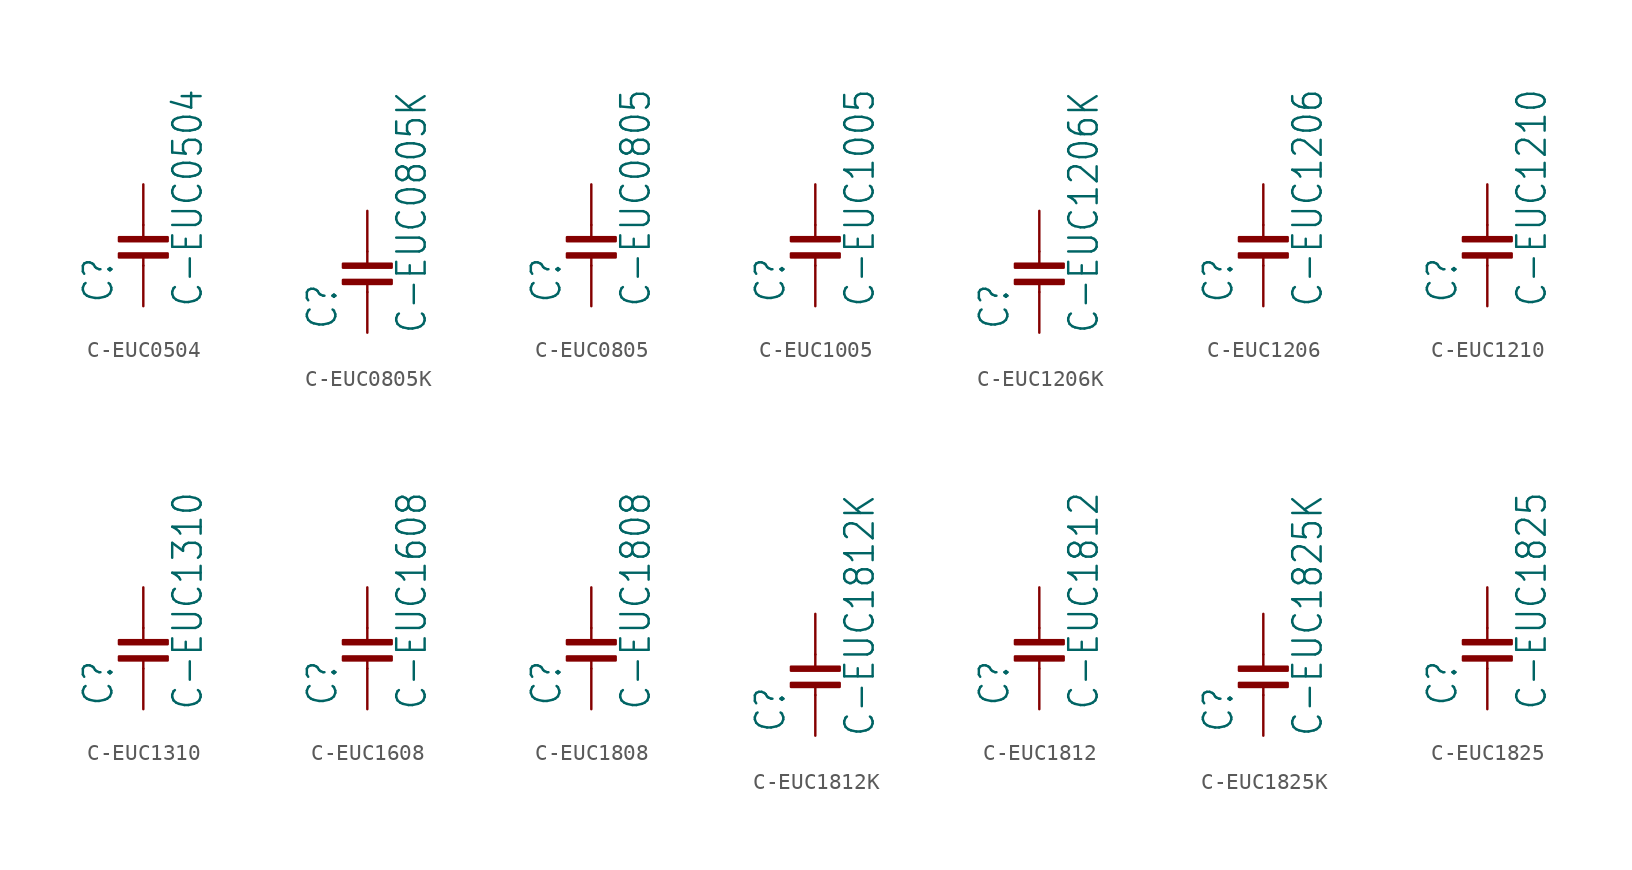
<source format=kicad_sym>
(kicad_symbol_lib
  (version 20211014)
  (generator kicad_symbol_editor)
  (symbol "C-EUC0504"
    (property "Reference" "C"
      (at -1.778 -4.953 90)
      (effects (font (size 1.778 1.511)) (justify left bottom)))
    (property "Value" "C-EUC0504"
      (at 3.81 -5.207 90)
      (effects (font (size 1.778 1.511)) (justify left bottom)))
    (property "ki_locked" ""
      (at 0 0 0)
      (effects (font (size 1.27 1.27))))
    (symbol "C-EUC0504_1_0"
      (rectangle (start -1.524 -2.032) (end 1.524 -1.778) (stroke (width 0) (type default) (color 0 0 0 0)) (fill (type outline)))
      (rectangle (start -1.524 -1.016) (end 1.524 -0.762) (stroke (width 0) (type default) (color 0 0 0 0)) (fill (type outline)))
      (polyline (pts (xy 0 -2.54) (xy 0 -2.032)) (stroke (width 0.152) (type default) (color 0 0 0 0)) (fill (type none)))
      (polyline (pts (xy 0 0) (xy 0 -0.762)) (stroke (width 0.152) (type default) (color 0 0 0 0)) (fill (type none)))
      (pin passive line (at 0 2.54 270) (length 2.54) (name "1" (effects (font (size 0 0)))) (number "1" (effects (font (size 0 0)))))
      (pin passive line (at 0 -5.08 90) (length 2.54) (name "2" (effects (font (size 0 0)))) (number "2" (effects (font (size 0 0)))))))
  (symbol "C-EUC0805K"
    (property "Reference" "C"
      (at -1.778 -4.953 90)
      (effects (font (size 1.778 1.511)) (justify left bottom)))
    (property "Value" "C-EUC0805K"
      (at 3.81 -5.207 90)
      (effects (font (size 1.778 1.511)) (justify left bottom)))
    (property "ki_locked" ""
      (at 0 0 0)
      (effects (font (size 1.27 1.27))))
    (symbol "C-EUC0805K_1_0"
      (rectangle (start -1.524 -2.032) (end 1.524 -1.778) (stroke (width 0) (type default) (color 0 0 0 0)) (fill (type outline)))
      (rectangle (start -1.524 -1.016) (end 1.524 -0.762) (stroke (width 0) (type default) (color 0 0 0 0)) (fill (type outline)))
      (polyline (pts (xy 0 -2.54) (xy 0 -2.032)) (stroke (width 0.152) (type default) (color 0 0 0 0)) (fill (type none)))
      (polyline (pts (xy 0 0) (xy 0 -0.762)) (stroke (width 0.152) (type default) (color 0 0 0 0)) (fill (type none)))
      (pin passive line (at 0 2.54 270) (length 2.54) (name "1" (effects (font (size 0 0)))) (number "1" (effects (font (size 0 0)))))
      (pin passive line (at 0 -5.08 90) (length 2.54) (name "2" (effects (font (size 0 0)))) (number "2" (effects (font (size 0 0)))))))
  (symbol "C-EUC0805"
    (property "Reference" "C"
      (at -1.778 -4.953 90)
      (effects (font (size 1.778 1.511)) (justify left bottom)))
    (property "Value" "C-EUC0805"
      (at 3.81 -5.207 90)
      (effects (font (size 1.778 1.511)) (justify left bottom)))
    (property "ki_locked" ""
      (at 0 0 0)
      (effects (font (size 1.27 1.27))))
    (symbol "C-EUC0805_1_0"
      (rectangle (start -1.524 -2.032) (end 1.524 -1.778) (stroke (width 0) (type default) (color 0 0 0 0)) (fill (type outline)))
      (rectangle (start -1.524 -1.016) (end 1.524 -0.762) (stroke (width 0) (type default) (color 0 0 0 0)) (fill (type outline)))
      (polyline (pts (xy 0 -2.54) (xy 0 -2.032)) (stroke (width 0.152) (type default) (color 0 0 0 0)) (fill (type none)))
      (polyline (pts (xy 0 0) (xy 0 -0.762)) (stroke (width 0.152) (type default) (color 0 0 0 0)) (fill (type none)))
      (pin passive line (at 0 2.54 270) (length 2.54) (name "1" (effects (font (size 0 0)))) (number "1" (effects (font (size 0 0)))))
      (pin passive line (at 0 -5.08 90) (length 2.54) (name "2" (effects (font (size 0 0)))) (number "2" (effects (font (size 0 0)))))))
  (symbol "C-EUC1005"
    (property "Reference" "C"
      (at -1.778 -4.953 90)
      (effects (font (size 1.778 1.511)) (justify left bottom)))
    (property "Value" "C-EUC1005"
      (at 3.81 -5.207 90)
      (effects (font (size 1.778 1.511)) (justify left bottom)))
    (property "ki_locked" ""
      (at 0 0 0)
      (effects (font (size 1.27 1.27))))
    (symbol "C-EUC1005_1_0"
      (rectangle (start -1.524 -2.032) (end 1.524 -1.778) (stroke (width 0) (type default) (color 0 0 0 0)) (fill (type outline)))
      (rectangle (start -1.524 -1.016) (end 1.524 -0.762) (stroke (width 0) (type default) (color 0 0 0 0)) (fill (type outline)))
      (polyline (pts (xy 0 -2.54) (xy 0 -2.032)) (stroke (width 0.152) (type default) (color 0 0 0 0)) (fill (type none)))
      (polyline (pts (xy 0 0) (xy 0 -0.762)) (stroke (width 0.152) (type default) (color 0 0 0 0)) (fill (type none)))
      (pin passive line (at 0 2.54 270) (length 2.54) (name "1" (effects (font (size 0 0)))) (number "1" (effects (font (size 0 0)))))
      (pin passive line (at 0 -5.08 90) (length 2.54) (name "2" (effects (font (size 0 0)))) (number "2" (effects (font (size 0 0)))))))
  (symbol "C-EUC1206K"
    (property "Reference" "C"
      (at -1.778 -4.953 90)
      (effects (font (size 1.778 1.511)) (justify left bottom)))
    (property "Value" "C-EUC1206K"
      (at 3.81 -5.207 90)
      (effects (font (size 1.778 1.511)) (justify left bottom)))
    (property "ki_locked" ""
      (at 0 0 0)
      (effects (font (size 1.27 1.27))))
    (symbol "C-EUC1206K_1_0"
      (rectangle (start -1.524 -2.032) (end 1.524 -1.778) (stroke (width 0) (type default) (color 0 0 0 0)) (fill (type outline)))
      (rectangle (start -1.524 -1.016) (end 1.524 -0.762) (stroke (width 0) (type default) (color 0 0 0 0)) (fill (type outline)))
      (polyline (pts (xy 0 -2.54) (xy 0 -2.032)) (stroke (width 0.152) (type default) (color 0 0 0 0)) (fill (type none)))
      (polyline (pts (xy 0 0) (xy 0 -0.762)) (stroke (width 0.152) (type default) (color 0 0 0 0)) (fill (type none)))
      (pin passive line (at 0 2.54 270) (length 2.54) (name "1" (effects (font (size 0 0)))) (number "1" (effects (font (size 0 0)))))
      (pin passive line (at 0 -5.08 90) (length 2.54) (name "2" (effects (font (size 0 0)))) (number "2" (effects (font (size 0 0)))))))
  (symbol "C-EUC1206"
    (property "Reference" "C"
      (at -1.778 -4.953 90)
      (effects (font (size 1.778 1.511)) (justify left bottom)))
    (property "Value" "C-EUC1206"
      (at 3.81 -5.207 90)
      (effects (font (size 1.778 1.511)) (justify left bottom)))
    (property "ki_locked" ""
      (at 0 0 0)
      (effects (font (size 1.27 1.27))))
    (symbol "C-EUC1206_1_0"
      (rectangle (start -1.524 -2.032) (end 1.524 -1.778) (stroke (width 0) (type default) (color 0 0 0 0)) (fill (type outline)))
      (rectangle (start -1.524 -1.016) (end 1.524 -0.762) (stroke (width 0) (type default) (color 0 0 0 0)) (fill (type outline)))
      (polyline (pts (xy 0 -2.54) (xy 0 -2.032)) (stroke (width 0.152) (type default) (color 0 0 0 0)) (fill (type none)))
      (polyline (pts (xy 0 0) (xy 0 -0.762)) (stroke (width 0.152) (type default) (color 0 0 0 0)) (fill (type none)))
      (pin passive line (at 0 2.54 270) (length 2.54) (name "1" (effects (font (size 0 0)))) (number "1" (effects (font (size 0 0)))))
      (pin passive line (at 0 -5.08 90) (length 2.54) (name "2" (effects (font (size 0 0)))) (number "2" (effects (font (size 0 0)))))))
  (symbol "C-EUC1210"
    (property "Reference" "C"
      (at -1.778 -4.953 90)
      (effects (font (size 1.778 1.511)) (justify left bottom)))
    (property "Value" "C-EUC1210"
      (at 3.81 -5.207 90)
      (effects (font (size 1.778 1.511)) (justify left bottom)))
    (property "ki_locked" ""
      (at 0 0 0)
      (effects (font (size 1.27 1.27))))
    (symbol "C-EUC1210_1_0"
      (rectangle (start -1.524 -2.032) (end 1.524 -1.778) (stroke (width 0) (type default) (color 0 0 0 0)) (fill (type outline)))
      (rectangle (start -1.524 -1.016) (end 1.524 -0.762) (stroke (width 0) (type default) (color 0 0 0 0)) (fill (type outline)))
      (polyline (pts (xy 0 -2.54) (xy 0 -2.032)) (stroke (width 0.152) (type default) (color 0 0 0 0)) (fill (type none)))
      (polyline (pts (xy 0 0) (xy 0 -0.762)) (stroke (width 0.152) (type default) (color 0 0 0 0)) (fill (type none)))
      (pin passive line (at 0 2.54 270) (length 2.54) (name "1" (effects (font (size 0 0)))) (number "1" (effects (font (size 0 0)))))
      (pin passive line (at 0 -5.08 90) (length 2.54) (name "2" (effects (font (size 0 0)))) (number "2" (effects (font (size 0 0)))))))
  (symbol "C-EUC1310"
    (property "Reference" "C"
      (at -1.778 -4.953 90)
      (effects (font (size 1.778 1.511)) (justify left bottom)))
    (property "Value" "C-EUC1310"
      (at 3.81 -5.207 90)
      (effects (font (size 1.778 1.511)) (justify left bottom)))
    (property "ki_locked" ""
      (at 0 0 0)
      (effects (font (size 1.27 1.27))))
    (symbol "C-EUC1310_1_0"
      (rectangle (start -1.524 -2.032) (end 1.524 -1.778) (stroke (width 0) (type default) (color 0 0 0 0)) (fill (type outline)))
      (rectangle (start -1.524 -1.016) (end 1.524 -0.762) (stroke (width 0) (type default) (color 0 0 0 0)) (fill (type outline)))
      (polyline (pts (xy 0 -2.54) (xy 0 -2.032)) (stroke (width 0.152) (type default) (color 0 0 0 0)) (fill (type none)))
      (polyline (pts (xy 0 0) (xy 0 -0.762)) (stroke (width 0.152) (type default) (color 0 0 0 0)) (fill (type none)))
      (pin passive line (at 0 2.54 270) (length 2.54) (name "1" (effects (font (size 0 0)))) (number "1" (effects (font (size 0 0)))))
      (pin passive line (at 0 -5.08 90) (length 2.54) (name "2" (effects (font (size 0 0)))) (number "2" (effects (font (size 0 0)))))))
  (symbol "C-EUC1608"
    (property "Reference" "C"
      (at -1.778 -4.953 90)
      (effects (font (size 1.778 1.511)) (justify left bottom)))
    (property "Value" "C-EUC1608"
      (at 3.81 -5.207 90)
      (effects (font (size 1.778 1.511)) (justify left bottom)))
    (property "ki_locked" ""
      (at 0 0 0)
      (effects (font (size 1.27 1.27))))
    (symbol "C-EUC1608_1_0"
      (rectangle (start -1.524 -2.032) (end 1.524 -1.778) (stroke (width 0) (type default) (color 0 0 0 0)) (fill (type outline)))
      (rectangle (start -1.524 -1.016) (end 1.524 -0.762) (stroke (width 0) (type default) (color 0 0 0 0)) (fill (type outline)))
      (polyline (pts (xy 0 -2.54) (xy 0 -2.032)) (stroke (width 0.152) (type default) (color 0 0 0 0)) (fill (type none)))
      (polyline (pts (xy 0 0) (xy 0 -0.762)) (stroke (width 0.152) (type default) (color 0 0 0 0)) (fill (type none)))
      (pin passive line (at 0 2.54 270) (length 2.54) (name "1" (effects (font (size 0 0)))) (number "1" (effects (font (size 0 0)))))
      (pin passive line (at 0 -5.08 90) (length 2.54) (name "2" (effects (font (size 0 0)))) (number "2" (effects (font (size 0 0)))))))
  (symbol "C-EUC1808"
    (property "Reference" "C"
      (at -1.778 -4.953 90)
      (effects (font (size 1.778 1.511)) (justify left bottom)))
    (property "Value" "C-EUC1808"
      (at 3.81 -5.207 90)
      (effects (font (size 1.778 1.511)) (justify left bottom)))
    (property "ki_locked" ""
      (at 0 0 0)
      (effects (font (size 1.27 1.27))))
    (symbol "C-EUC1808_1_0"
      (rectangle (start -1.524 -2.032) (end 1.524 -1.778) (stroke (width 0) (type default) (color 0 0 0 0)) (fill (type outline)))
      (rectangle (start -1.524 -1.016) (end 1.524 -0.762) (stroke (width 0) (type default) (color 0 0 0 0)) (fill (type outline)))
      (polyline (pts (xy 0 -2.54) (xy 0 -2.032)) (stroke (width 0.152) (type default) (color 0 0 0 0)) (fill (type none)))
      (polyline (pts (xy 0 0) (xy 0 -0.762)) (stroke (width 0.152) (type default) (color 0 0 0 0)) (fill (type none)))
      (pin passive line (at 0 2.54 270) (length 2.54) (name "1" (effects (font (size 0 0)))) (number "1" (effects (font (size 0 0)))))
      (pin passive line (at 0 -5.08 90) (length 2.54) (name "2" (effects (font (size 0 0)))) (number "2" (effects (font (size 0 0)))))))
  (symbol "C-EUC1812K"
    (property "Reference" "C"
      (at -1.778 -4.953 90)
      (effects (font (size 1.778 1.511)) (justify left bottom)))
    (property "Value" "C-EUC1812K"
      (at 3.81 -5.207 90)
      (effects (font (size 1.778 1.511)) (justify left bottom)))
    (property "ki_locked" ""
      (at 0 0 0)
      (effects (font (size 1.27 1.27))))
    (symbol "C-EUC1812K_1_0"
      (rectangle (start -1.524 -2.032) (end 1.524 -1.778) (stroke (width 0) (type default) (color 0 0 0 0)) (fill (type outline)))
      (rectangle (start -1.524 -1.016) (end 1.524 -0.762) (stroke (width 0) (type default) (color 0 0 0 0)) (fill (type outline)))
      (polyline (pts (xy 0 -2.54) (xy 0 -2.032)) (stroke (width 0.152) (type default) (color 0 0 0 0)) (fill (type none)))
      (polyline (pts (xy 0 0) (xy 0 -0.762)) (stroke (width 0.152) (type default) (color 0 0 0 0)) (fill (type none)))
      (pin passive line (at 0 2.54 270) (length 2.54) (name "1" (effects (font (size 0 0)))) (number "1" (effects (font (size 0 0)))))
      (pin passive line (at 0 -5.08 90) (length 2.54) (name "2" (effects (font (size 0 0)))) (number "2" (effects (font (size 0 0)))))))
  (symbol "C-EUC1812"
    (property "Reference" "C"
      (at -1.778 -4.953 90)
      (effects (font (size 1.778 1.511)) (justify left bottom)))
    (property "Value" "C-EUC1812"
      (at 3.81 -5.207 90)
      (effects (font (size 1.778 1.511)) (justify left bottom)))
    (property "ki_locked" ""
      (at 0 0 0)
      (effects (font (size 1.27 1.27))))
    (symbol "C-EUC1812_1_0"
      (rectangle (start -1.524 -2.032) (end 1.524 -1.778) (stroke (width 0) (type default) (color 0 0 0 0)) (fill (type outline)))
      (rectangle (start -1.524 -1.016) (end 1.524 -0.762) (stroke (width 0) (type default) (color 0 0 0 0)) (fill (type outline)))
      (polyline (pts (xy 0 -2.54) (xy 0 -2.032)) (stroke (width 0.152) (type default) (color 0 0 0 0)) (fill (type none)))
      (polyline (pts (xy 0 0) (xy 0 -0.762)) (stroke (width 0.152) (type default) (color 0 0 0 0)) (fill (type none)))
      (pin passive line (at 0 2.54 270) (length 2.54) (name "1" (effects (font (size 0 0)))) (number "1" (effects (font (size 0 0)))))
      (pin passive line (at 0 -5.08 90) (length 2.54) (name "2" (effects (font (size 0 0)))) (number "2" (effects (font (size 0 0)))))))
  (symbol "C-EUC1825K"
    (property "Reference" "C"
      (at -1.778 -4.953 90)
      (effects (font (size 1.778 1.511)) (justify left bottom)))
    (property "Value" "C-EUC1825K"
      (at 3.81 -5.207 90)
      (effects (font (size 1.778 1.511)) (justify left bottom)))
    (property "ki_locked" ""
      (at 0 0 0)
      (effects (font (size 1.27 1.27))))
    (symbol "C-EUC1825K_1_0"
      (rectangle (start -1.524 -2.032) (end 1.524 -1.778) (stroke (width 0) (type default) (color 0 0 0 0)) (fill (type outline)))
      (rectangle (start -1.524 -1.016) (end 1.524 -0.762) (stroke (width 0) (type default) (color 0 0 0 0)) (fill (type outline)))
      (polyline (pts (xy 0 -2.54) (xy 0 -2.032)) (stroke (width 0.152) (type default) (color 0 0 0 0)) (fill (type none)))
      (polyline (pts (xy 0 0) (xy 0 -0.762)) (stroke (width 0.152) (type default) (color 0 0 0 0)) (fill (type none)))
      (pin passive line (at 0 2.54 270) (length 2.54) (name "1" (effects (font (size 0 0)))) (number "1" (effects (font (size 0 0)))))
      (pin passive line (at 0 -5.08 90) (length 2.54) (name "2" (effects (font (size 0 0)))) (number "2" (effects (font (size 0 0)))))))
  (symbol "C-EUC1825"
    (property "Reference" "C"
      (at -1.778 -4.953 90)
      (effects (font (size 1.778 1.511)) (justify left bottom)))
    (property "Value" "C-EUC1825"
      (at 3.81 -5.207 90)
      (effects (font (size 1.778 1.511)) (justify left bottom)))
    (property "ki_locked" ""
      (at 0 0 0)
      (effects (font (size 1.27 1.27))))
    (symbol "C-EUC1825_1_0"
      (rectangle (start -1.524 -2.032) (end 1.524 -1.778) (stroke (width 0) (type default) (color 0 0 0 0)) (fill (type outline)))
      (rectangle (start -1.524 -1.016) (end 1.524 -0.762) (stroke (width 0) (type default) (color 0 0 0 0)) (fill (type outline)))
      (polyline (pts (xy 0 -2.54) (xy 0 -2.032)) (stroke (width 0.152) (type default) (color 0 0 0 0)) (fill (type none)))
      (polyline (pts (xy 0 0) (xy 0 -0.762)) (stroke (width 0.152) (type default) (color 0 0 0 0)) (fill (type none)))
      (pin passive line (at 0 2.54 270) (length 2.54) (name "1" (effects (font (size 0 0)))) (number "1" (effects (font (size 0 0)))))
      (pin passive line (at 0 -5.08 90) (length 2.54) (name "2" (effects (font (size 0 0)))) (number "2" (effects (font (size 0 0))))))))
</source>
